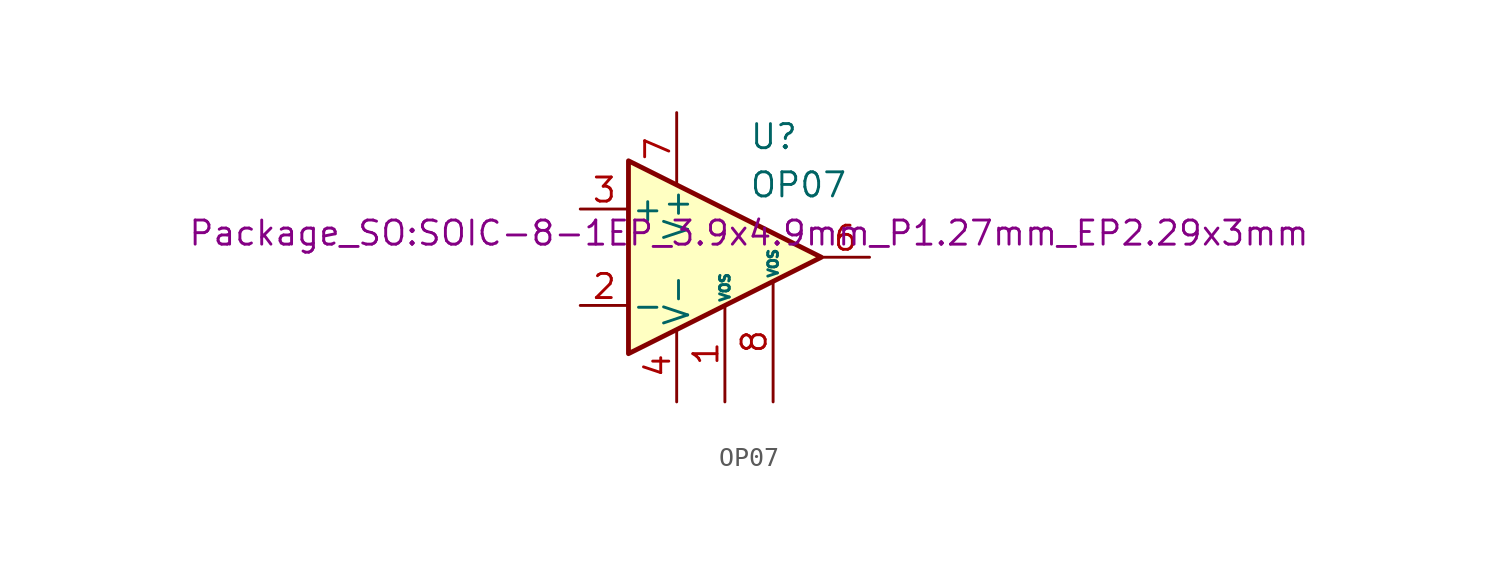
<source format=kicad_sym>
(kicad_symbol_lib
  (version 20231120)
  (generator "kicad_symbol_editor")
  (generator_version "8.0")
  (symbol "OP07"
    (pin_names
      (offset 0.127))
    (property "Reference" "U"
      (at 1.27 6.35 0)
      (effects (font (size 1.27 1.27)) (justify left)))
    (property "Value" "OP07"
      (at 1.27 3.81 0)
      (effects (font (size 1.27 1.27)) (justify left)))
    (property "Footprint" "Package_SO:SOIC-8-1EP_3.9x4.9mm_P1.27mm_EP2.29x3mm"
      (at 1.27 1.27 0)
      (effects (font (size 1.27 1.27))))
    (symbol "OP07_0_1"
      (polyline (pts (xy -5.08 5.08) (xy 5.08 0) (xy -5.08 -5.08) (xy -5.08 5.08)) (stroke (width 0.254) (type default)) (fill (type background))))
    (symbol "OP07_1_1"
      (pin input line (at 0 -7.62 90) (length 5.08) (name "VOS" (effects (font (size 0.508 0.508)))) (number "1" (effects (font (size 1.27 1.27)))))
      (pin input line (at -7.62 -2.54 0) (length 2.54) (name "-" (effects (font (size 1.27 1.27)))) (number "2" (effects (font (size 1.27 1.27)))))
      (pin input line (at -7.62 2.54 0) (length 2.54) (name "+" (effects (font (size 1.27 1.27)))) (number "3" (effects (font (size 1.27 1.27)))))
      (pin power_in line (at -2.54 -7.62 90) (length 3.81) (name "V-" (effects (font (size 1.27 1.27)))) (number "4" (effects (font (size 1.27 1.27)))))
      (pin no_connect line (at 0 2.54 270) (length 2.54) hide (name "NC" (effects (font (size 1.27 1.27)))) (number "5" (effects (font (size 1.27 1.27)))))
      (pin output line (at 7.62 0 180) (length 2.54) (name "~" (effects (font (size 1.27 1.27)))) (number "6" (effects (font (size 1.27 1.27)))))
      (pin power_in line (at -2.54 7.62 270) (length 3.81) (name "V+" (effects (font (size 1.27 1.27)))) (number "7" (effects (font (size 1.27 1.27)))))
      (pin input line (at 2.54 -7.62 90) (length 6.35) (name "VOS" (effects (font (size 0.508 0.508)))) (number "8" (effects (font (size 1.27 1.27))))))))
</source>
